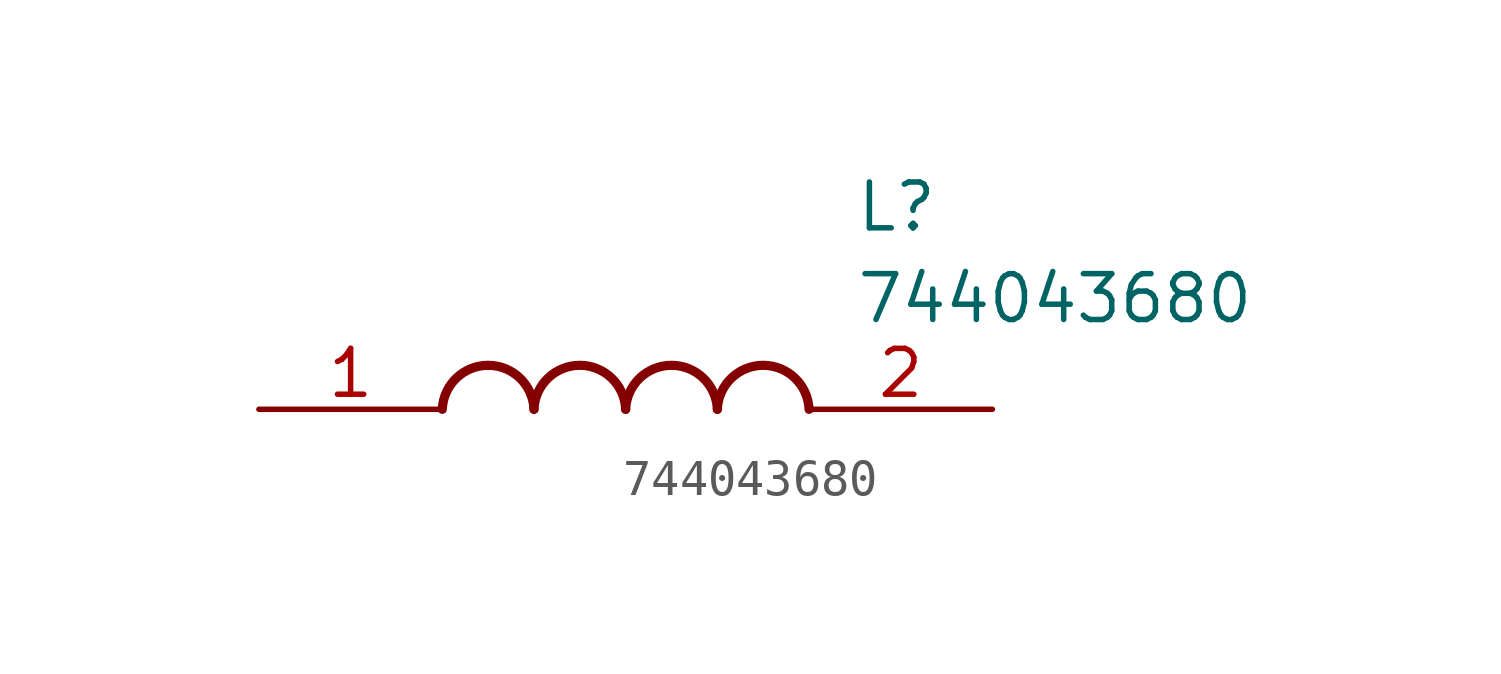
<source format=kicad_sym>
(kicad_symbol_lib
  (version 20211014)
  (generator SamacSys_ECAD_Model)
  (symbol "744043680"
    (pin_names hide)
    (property "Reference" "L"
      (at 16.51 6.35 0)
      (effects (font (size 1.27 1.27)) (justify left top)))
    (property "Value" "744043680"
      (at 16.51 3.81 0)
      (effects (font (size 1.27 1.27)) (justify left top)))
    (arc
      (start 7.62 0)
      (mid 6.35 1.219)
      (end 5.08 0)
      (stroke (width 0.254) (type default))
      (fill (type none)))
    (arc
      (start 10.16 0)
      (mid 8.89 1.219)
      (end 7.62 0)
      (stroke (width 0.254) (type default))
      (fill (type none)))
    (arc
      (start 12.7 0)
      (mid 11.43 1.219)
      (end 10.16 0)
      (stroke (width 0.254) (type default))
      (fill (type none)))
    (arc
      (start 15.24 0)
      (mid 13.97 1.219)
      (end 12.7 0)
      (stroke (width 0.254) (type default))
      (fill (type none)))
    (pin passive line
      (at 0 0 0)
      (length 5.08)
      (name "1" (effects (font (size 1.27 1.27))))
      (number "1" (effects (font (size 1.27 1.27)))))
    (pin passive line
      (at 20.32 0 180)
      (length 5.08)
      (name "2" (effects (font (size 1.27 1.27))))
      (number "2" (effects (font (size 1.27 1.27)))))))
</source>
